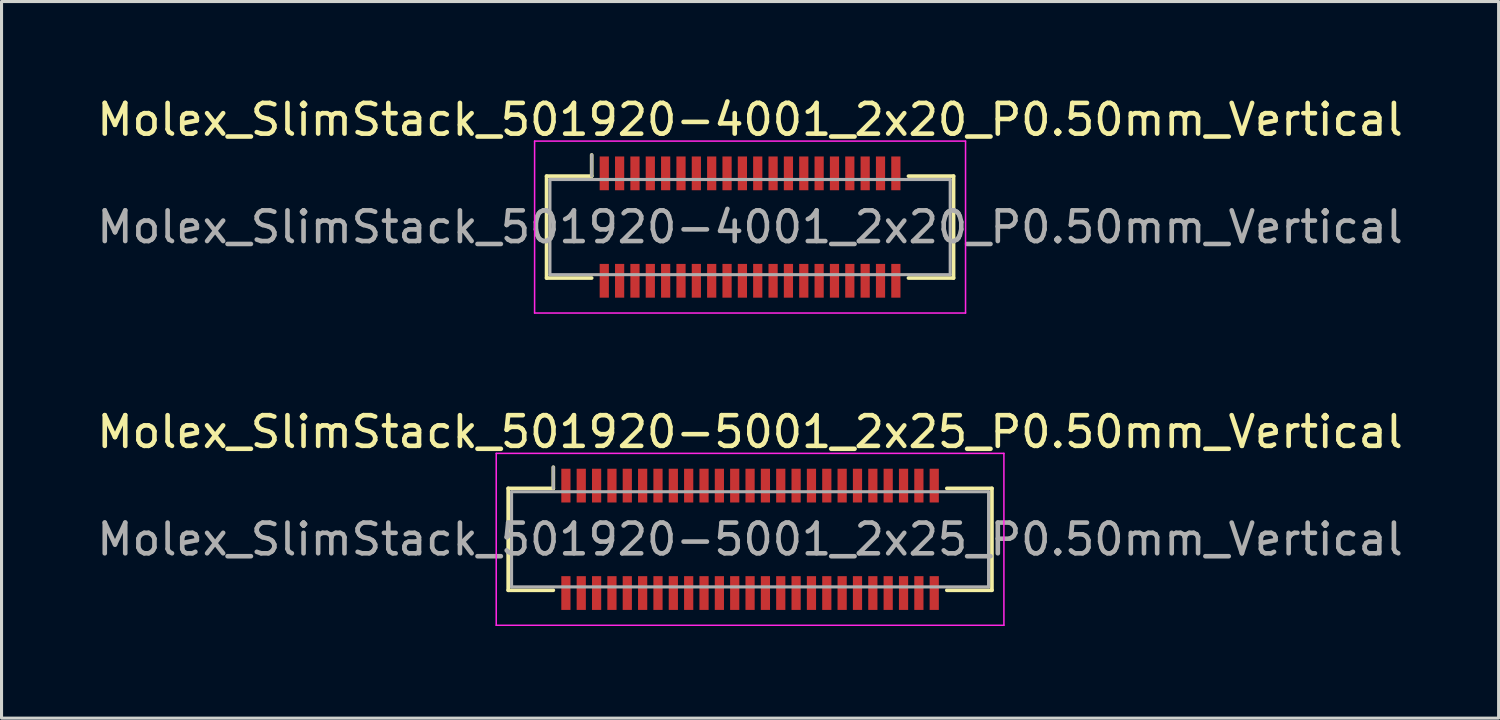
<source format=kicad_pcb>
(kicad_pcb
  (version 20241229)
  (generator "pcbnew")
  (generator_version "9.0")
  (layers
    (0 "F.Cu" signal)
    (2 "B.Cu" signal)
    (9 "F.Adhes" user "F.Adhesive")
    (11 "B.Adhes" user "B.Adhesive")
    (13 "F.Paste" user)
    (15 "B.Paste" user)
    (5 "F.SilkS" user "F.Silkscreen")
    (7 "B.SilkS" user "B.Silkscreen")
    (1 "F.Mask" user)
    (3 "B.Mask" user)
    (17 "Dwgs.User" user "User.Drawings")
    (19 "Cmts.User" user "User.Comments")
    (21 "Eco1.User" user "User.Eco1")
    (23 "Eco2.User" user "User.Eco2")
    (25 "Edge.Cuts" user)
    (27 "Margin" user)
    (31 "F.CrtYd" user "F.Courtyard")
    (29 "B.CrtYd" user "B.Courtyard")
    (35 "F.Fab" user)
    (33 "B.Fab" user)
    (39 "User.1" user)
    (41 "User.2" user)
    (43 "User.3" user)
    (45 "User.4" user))
  (footprint "Molex_SlimStack_501920-5001_2x25_P0.50mm_Vertical"
    (layer "F.Cu")
    (at 21.387 14.521)
    (property "Reference" "Molex_SlimStack_501920-5001_2x25_P0.50mm_Vertical" (at 0 -3.5 0) (layer "F.SilkS") (effects (font (size 1 1) (thickness 0.15))))
    (attr smd)
    (fp_line (start -7.88 -1.66) (end -6.41 -1.66) (stroke (width 0.12) (type solid)) (layer "F.SilkS"))
    (fp_line (start -7.88 1.66) (end -7.88 -1.66) (stroke (width 0.12) (type solid)) (layer "F.SilkS"))
    (fp_line (start -6.41 -1.66) (end -6.41 -2.35) (stroke (width 0.12) (type solid)) (layer "F.SilkS"))
    (fp_line (start -6.41 1.66) (end -7.88 1.66) (stroke (width 0.12) (type solid)) (layer "F.SilkS"))
    (fp_line (start 6.41 1.66) (end 7.88 1.66) (stroke (width 0.12) (type solid)) (layer "F.SilkS"))
    (fp_line (start 7.88 -1.66) (end 6.41 -1.66) (stroke (width 0.12) (type solid)) (layer "F.SilkS"))
    (fp_line (start 7.88 1.66) (end 7.88 -1.66) (stroke (width 0.12) (type solid)) (layer "F.SilkS"))
    (fp_line (start -8.27 -2.8) (end -8.27 2.8) (stroke (width 0.05) (type solid)) (layer "F.CrtYd"))
    (fp_line (start -8.27 2.8) (end 8.27 2.8) (stroke (width 0.05) (type solid)) (layer "F.CrtYd"))
    (fp_line (start 8.27 -2.8) (end -8.27 -2.8) (stroke (width 0.05) (type solid)) (layer "F.CrtYd"))
    (fp_line (start 8.27 2.8) (end 8.27 -2.8) (stroke (width 0.05) (type solid)) (layer "F.CrtYd"))
    (fp_line (start -7.77 -1.55) (end -7.77 1.55) (stroke (width 0.1) (type solid)) (layer "F.Fab"))
    (fp_line (start -7.77 1.55) (end 7.77 1.55) (stroke (width 0.1) (type solid)) (layer "F.Fab"))
    (fp_line (start -6.41 -1.66) (end -6.41 -2.35) (stroke (width 0.1) (type solid)) (layer "F.Fab"))
    (fp_line (start 7.77 -1.55) (end -7.77 -1.55) (stroke (width 0.1) (type solid)) (layer "F.Fab"))
    (fp_line (start 7.77 1.55) (end 7.77 -1.55) (stroke (width 0.1) (type solid)) (layer "F.Fab"))
    (fp_text user "${REFERENCE}" (at 0 0 0) (layer "F.Fab") (effects (font (size 1 1) (thickness 0.15))))
    (pad "1" smd rect (at -6 -1.75) (size 0.3 1.1) (layers "F.Cu" "F.Mask" "F.Paste"))
    (pad "2" smd rect (at -6 1.75) (size 0.3 1.1) (layers "F.Cu" "F.Mask" "F.Paste"))
    (pad "3" smd rect (at -5.5 -1.75) (size 0.3 1.1) (layers "F.Cu" "F.Mask" "F.Paste"))
    (pad "4" smd rect (at -5.5 1.75) (size 0.3 1.1) (layers "F.Cu" "F.Mask" "F.Paste"))
    (pad "5" smd rect (at -5 -1.75) (size 0.3 1.1) (layers "F.Cu" "F.Mask" "F.Paste"))
    (pad "6" smd rect (at -5 1.75) (size 0.3 1.1) (layers "F.Cu" "F.Mask" "F.Paste"))
    (pad "7" smd rect (at -4.5 -1.75) (size 0.3 1.1) (layers "F.Cu" "F.Mask" "F.Paste"))
    (pad "8" smd rect (at -4.5 1.75) (size 0.3 1.1) (layers "F.Cu" "F.Mask" "F.Paste"))
    (pad "9" smd rect (at -4 -1.75) (size 0.3 1.1) (layers "F.Cu" "F.Mask" "F.Paste"))
    (pad "10" smd rect (at -4 1.75) (size 0.3 1.1) (layers "F.Cu" "F.Mask" "F.Paste"))
    (pad "11" smd rect (at -3.5 -1.75) (size 0.3 1.1) (layers "F.Cu" "F.Mask" "F.Paste"))
    (pad "12" smd rect (at -3.5 1.75) (size 0.3 1.1) (layers "F.Cu" "F.Mask" "F.Paste"))
    (pad "13" smd rect (at -3 -1.75) (size 0.3 1.1) (layers "F.Cu" "F.Mask" "F.Paste"))
    (pad "14" smd rect (at -3 1.75) (size 0.3 1.1) (layers "F.Cu" "F.Mask" "F.Paste"))
    (pad "15" smd rect (at -2.5 -1.75) (size 0.3 1.1) (layers "F.Cu" "F.Mask" "F.Paste"))
    (pad "16" smd rect (at -2.5 1.75) (size 0.3 1.1) (layers "F.Cu" "F.Mask" "F.Paste"))
    (pad "17" smd rect (at -2 -1.75) (size 0.3 1.1) (layers "F.Cu" "F.Mask" "F.Paste"))
    (pad "18" smd rect (at -2 1.75) (size 0.3 1.1) (layers "F.Cu" "F.Mask" "F.Paste"))
    (pad "19" smd rect (at -1.5 -1.75) (size 0.3 1.1) (layers "F.Cu" "F.Mask" "F.Paste"))
    (pad "20" smd rect (at -1.5 1.75) (size 0.3 1.1) (layers "F.Cu" "F.Mask" "F.Paste"))
    (pad "21" smd rect (at -1 -1.75) (size 0.3 1.1) (layers "F.Cu" "F.Mask" "F.Paste"))
    (pad "22" smd rect (at -1 1.75) (size 0.3 1.1) (layers "F.Cu" "F.Mask" "F.Paste"))
    (pad "23" smd rect (at -0.5 -1.75) (size 0.3 1.1) (layers "F.Cu" "F.Mask" "F.Paste"))
    (pad "24" smd rect (at -0.5 1.75) (size 0.3 1.1) (layers "F.Cu" "F.Mask" "F.Paste"))
    (pad "25" smd rect (at 0 -1.75) (size 0.3 1.1) (layers "F.Cu" "F.Mask" "F.Paste"))
    (pad "26" smd rect (at 0 1.75) (size 0.3 1.1) (layers "F.Cu" "F.Mask" "F.Paste"))
    (pad "27" smd rect (at 0.5 -1.75) (size 0.3 1.1) (layers "F.Cu" "F.Mask" "F.Paste"))
    (pad "28" smd rect (at 0.5 1.75) (size 0.3 1.1) (layers "F.Cu" "F.Mask" "F.Paste"))
    (pad "29" smd rect (at 1 -1.75) (size 0.3 1.1) (layers "F.Cu" "F.Mask" "F.Paste"))
    (pad "30" smd rect (at 1 1.75) (size 0.3 1.1) (layers "F.Cu" "F.Mask" "F.Paste"))
    (pad "31" smd rect (at 1.5 -1.75) (size 0.3 1.1) (layers "F.Cu" "F.Mask" "F.Paste"))
    (pad "32" smd rect (at 1.5 1.75) (size 0.3 1.1) (layers "F.Cu" "F.Mask" "F.Paste"))
    (pad "33" smd rect (at 2 -1.75) (size 0.3 1.1) (layers "F.Cu" "F.Mask" "F.Paste"))
    (pad "34" smd rect (at 2 1.75) (size 0.3 1.1) (layers "F.Cu" "F.Mask" "F.Paste"))
    (pad "35" smd rect (at 2.5 -1.75) (size 0.3 1.1) (layers "F.Cu" "F.Mask" "F.Paste"))
    (pad "36" smd rect (at 2.5 1.75) (size 0.3 1.1) (layers "F.Cu" "F.Mask" "F.Paste"))
    (pad "37" smd rect (at 3 -1.75) (size 0.3 1.1) (layers "F.Cu" "F.Mask" "F.Paste"))
    (pad "38" smd rect (at 3 1.75) (size 0.3 1.1) (layers "F.Cu" "F.Mask" "F.Paste"))
    (pad "39" smd rect (at 3.5 -1.75) (size 0.3 1.1) (layers "F.Cu" "F.Mask" "F.Paste"))
    (pad "40" smd rect (at 3.5 1.75) (size 0.3 1.1) (layers "F.Cu" "F.Mask" "F.Paste"))
    (pad "41" smd rect (at 4 -1.75) (size 0.3 1.1) (layers "F.Cu" "F.Mask" "F.Paste"))
    (pad "42" smd rect (at 4 1.75) (size 0.3 1.1) (layers "F.Cu" "F.Mask" "F.Paste"))
    (pad "43" smd rect (at 4.5 -1.75) (size 0.3 1.1) (layers "F.Cu" "F.Mask" "F.Paste"))
    (pad "44" smd rect (at 4.5 1.75) (size 0.3 1.1) (layers "F.Cu" "F.Mask" "F.Paste"))
    (pad "45" smd rect (at 5 -1.75) (size 0.3 1.1) (layers "F.Cu" "F.Mask" "F.Paste"))
    (pad "46" smd rect (at 5 1.75) (size 0.3 1.1) (layers "F.Cu" "F.Mask" "F.Paste"))
    (pad "47" smd rect (at 5.5 -1.75) (size 0.3 1.1) (layers "F.Cu" "F.Mask" "F.Paste"))
    (pad "48" smd rect (at 5.5 1.75) (size 0.3 1.1) (layers "F.Cu" "F.Mask" "F.Paste"))
    (pad "49" smd rect (at 6 -1.75) (size 0.3 1.1) (layers "F.Cu" "F.Mask" "F.Paste"))
    (pad "50" smd rect (at 6 1.75) (size 0.3 1.1) (layers "F.Cu" "F.Mask" "F.Paste")))
  (footprint "Molex_SlimStack_501920-4001_2x20_P0.50mm_Vertical"
    (layer "F.Cu")
    (at 21.387 4.348)
    (property "Reference" "Molex_SlimStack_501920-4001_2x20_P0.50mm_Vertical" (at 0 -3.5 0) (layer "F.SilkS") (effects (font (size 1 1) (thickness 0.15))))
    (attr smd)
    (fp_line (start -6.63 -1.66) (end -5.16 -1.66) (stroke (width 0.12) (type solid)) (layer "F.SilkS"))
    (fp_line (start -6.63 1.66) (end -6.63 -1.66) (stroke (width 0.12) (type solid)) (layer "F.SilkS"))
    (fp_line (start -5.16 -1.66) (end -5.16 -2.35) (stroke (width 0.12) (type solid)) (layer "F.SilkS"))
    (fp_line (start -5.16 1.66) (end -6.63 1.66) (stroke (width 0.12) (type solid)) (layer "F.SilkS"))
    (fp_line (start 5.16 1.66) (end 6.63 1.66) (stroke (width 0.12) (type solid)) (layer "F.SilkS"))
    (fp_line (start 6.63 -1.66) (end 5.16 -1.66) (stroke (width 0.12) (type solid)) (layer "F.SilkS"))
    (fp_line (start 6.63 1.66) (end 6.63 -1.66) (stroke (width 0.12) (type solid)) (layer "F.SilkS"))
    (fp_line (start -7.02 -2.8) (end -7.02 2.8) (stroke (width 0.05) (type solid)) (layer "F.CrtYd"))
    (fp_line (start -7.02 2.8) (end 7.02 2.8) (stroke (width 0.05) (type solid)) (layer "F.CrtYd"))
    (fp_line (start 7.02 -2.8) (end -7.02 -2.8) (stroke (width 0.05) (type solid)) (layer "F.CrtYd"))
    (fp_line (start 7.02 2.8) (end 7.02 -2.8) (stroke (width 0.05) (type solid)) (layer "F.CrtYd"))
    (fp_line (start -6.52 -1.55) (end -6.52 1.55) (stroke (width 0.1) (type solid)) (layer "F.Fab"))
    (fp_line (start -6.52 1.55) (end 6.52 1.55) (stroke (width 0.1) (type solid)) (layer "F.Fab"))
    (fp_line (start -5.16 -1.66) (end -5.16 -2.35) (stroke (width 0.1) (type solid)) (layer "F.Fab"))
    (fp_line (start 6.52 -1.55) (end -6.52 -1.55) (stroke (width 0.1) (type solid)) (layer "F.Fab"))
    (fp_line (start 6.52 1.55) (end 6.52 -1.55) (stroke (width 0.1) (type solid)) (layer "F.Fab"))
    (fp_text user "${REFERENCE}" (at 0 0 0) (layer "F.Fab") (effects (font (size 1 1) (thickness 0.15))))
    (pad "1" smd rect (at -4.75 -1.75) (size 0.3 1.1) (layers "F.Cu" "F.Mask" "F.Paste"))
    (pad "2" smd rect (at -4.75 1.75) (size 0.3 1.1) (layers "F.Cu" "F.Mask" "F.Paste"))
    (pad "3" smd rect (at -4.25 -1.75) (size 0.3 1.1) (layers "F.Cu" "F.Mask" "F.Paste"))
    (pad "4" smd rect (at -4.25 1.75) (size 0.3 1.1) (layers "F.Cu" "F.Mask" "F.Paste"))
    (pad "5" smd rect (at -3.75 -1.75) (size 0.3 1.1) (layers "F.Cu" "F.Mask" "F.Paste"))
    (pad "6" smd rect (at -3.75 1.75) (size 0.3 1.1) (layers "F.Cu" "F.Mask" "F.Paste"))
    (pad "7" smd rect (at -3.25 -1.75) (size 0.3 1.1) (layers "F.Cu" "F.Mask" "F.Paste"))
    (pad "8" smd rect (at -3.25 1.75) (size 0.3 1.1) (layers "F.Cu" "F.Mask" "F.Paste"))
    (pad "9" smd rect (at -2.75 -1.75) (size 0.3 1.1) (layers "F.Cu" "F.Mask" "F.Paste"))
    (pad "10" smd rect (at -2.75 1.75) (size 0.3 1.1) (layers "F.Cu" "F.Mask" "F.Paste"))
    (pad "11" smd rect (at -2.25 -1.75) (size 0.3 1.1) (layers "F.Cu" "F.Mask" "F.Paste"))
    (pad "12" smd rect (at -2.25 1.75) (size 0.3 1.1) (layers "F.Cu" "F.Mask" "F.Paste"))
    (pad "13" smd rect (at -1.75 -1.75) (size 0.3 1.1) (layers "F.Cu" "F.Mask" "F.Paste"))
    (pad "14" smd rect (at -1.75 1.75) (size 0.3 1.1) (layers "F.Cu" "F.Mask" "F.Paste"))
    (pad "15" smd rect (at -1.25 -1.75) (size 0.3 1.1) (layers "F.Cu" "F.Mask" "F.Paste"))
    (pad "16" smd rect (at -1.25 1.75) (size 0.3 1.1) (layers "F.Cu" "F.Mask" "F.Paste"))
    (pad "17" smd rect (at -0.75 -1.75) (size 0.3 1.1) (layers "F.Cu" "F.Mask" "F.Paste"))
    (pad "18" smd rect (at -0.75 1.75) (size 0.3 1.1) (layers "F.Cu" "F.Mask" "F.Paste"))
    (pad "19" smd rect (at -0.25 -1.75) (size 0.3 1.1) (layers "F.Cu" "F.Mask" "F.Paste"))
    (pad "20" smd rect (at -0.25 1.75) (size 0.3 1.1) (layers "F.Cu" "F.Mask" "F.Paste"))
    (pad "21" smd rect (at 0.25 -1.75) (size 0.3 1.1) (layers "F.Cu" "F.Mask" "F.Paste"))
    (pad "22" smd rect (at 0.25 1.75) (size 0.3 1.1) (layers "F.Cu" "F.Mask" "F.Paste"))
    (pad "23" smd rect (at 0.75 -1.75) (size 0.3 1.1) (layers "F.Cu" "F.Mask" "F.Paste"))
    (pad "24" smd rect (at 0.75 1.75) (size 0.3 1.1) (layers "F.Cu" "F.Mask" "F.Paste"))
    (pad "25" smd rect (at 1.25 -1.75) (size 0.3 1.1) (layers "F.Cu" "F.Mask" "F.Paste"))
    (pad "26" smd rect (at 1.25 1.75) (size 0.3 1.1) (layers "F.Cu" "F.Mask" "F.Paste"))
    (pad "27" smd rect (at 1.75 -1.75) (size 0.3 1.1) (layers "F.Cu" "F.Mask" "F.Paste"))
    (pad "28" smd rect (at 1.75 1.75) (size 0.3 1.1) (layers "F.Cu" "F.Mask" "F.Paste"))
    (pad "29" smd rect (at 2.25 -1.75) (size 0.3 1.1) (layers "F.Cu" "F.Mask" "F.Paste"))
    (pad "30" smd rect (at 2.25 1.75) (size 0.3 1.1) (layers "F.Cu" "F.Mask" "F.Paste"))
    (pad "31" smd rect (at 2.75 -1.75) (size 0.3 1.1) (layers "F.Cu" "F.Mask" "F.Paste"))
    (pad "32" smd rect (at 2.75 1.75) (size 0.3 1.1) (layers "F.Cu" "F.Mask" "F.Paste"))
    (pad "33" smd rect (at 3.25 -1.75) (size 0.3 1.1) (layers "F.Cu" "F.Mask" "F.Paste"))
    (pad "34" smd rect (at 3.25 1.75) (size 0.3 1.1) (layers "F.Cu" "F.Mask" "F.Paste"))
    (pad "35" smd rect (at 3.75 -1.75) (size 0.3 1.1) (layers "F.Cu" "F.Mask" "F.Paste"))
    (pad "36" smd rect (at 3.75 1.75) (size 0.3 1.1) (layers "F.Cu" "F.Mask" "F.Paste"))
    (pad "37" smd rect (at 4.25 -1.75) (size 0.3 1.1) (layers "F.Cu" "F.Mask" "F.Paste"))
    (pad "38" smd rect (at 4.25 1.75) (size 0.3 1.1) (layers "F.Cu" "F.Mask" "F.Paste"))
    (pad "39" smd rect (at 4.75 -1.75) (size 0.3 1.1) (layers "F.Cu" "F.Mask" "F.Paste"))
    (pad "40" smd rect (at 4.75 1.75) (size 0.3 1.1) (layers "F.Cu" "F.Mask" "F.Paste")))
  (gr_rect
    (start -3 -3)
    (end 45.774 20.346)
    (stroke (width 0.1) (type default))
    (fill no)
    (layer "Edge.Cuts")))
</source>
